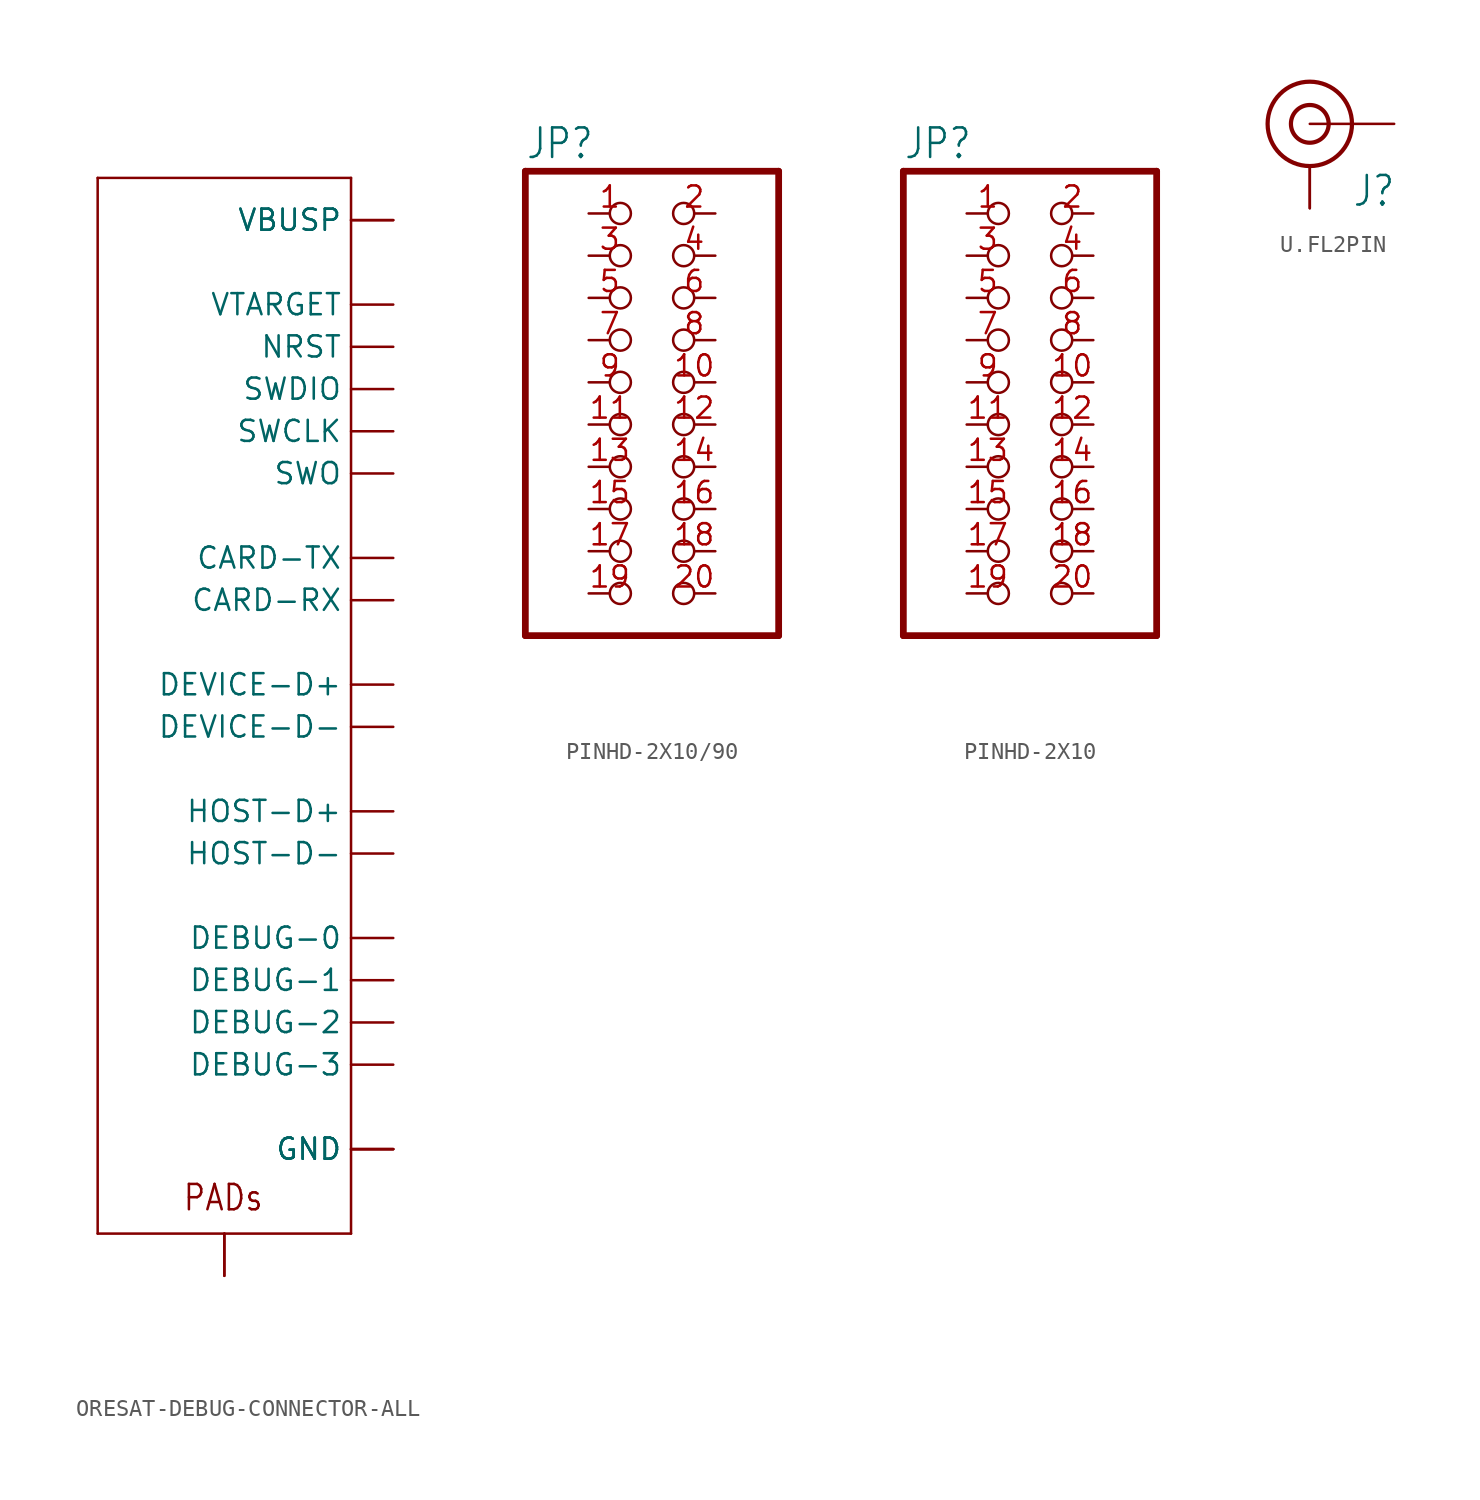
<source format=kicad_sym>
(kicad_symbol_lib
  (version 20220914)
  (generator kicad_symbol_editor)
  (symbol "ORESAT-DEBUG-CONNECTOR-ALL"
    (property "Reference" "J"
      (at -2.54 31.75 0)
      (effects (font (size 2.083 1.77)) (justify left bottom) hide))
    (property "ki_locked" ""
      (at 0 0 0)
      (effects (font (size 1.27 1.27))))
    (symbol "ORESAT-DEBUG-CONNECTOR-ALL_1_0"
      (polyline (pts (xy -6.35 -33.02) (xy 8.89 -33.02)) (stroke (width 0.152) (type solid)) (fill (type none)))
      (polyline (pts (xy -6.35 30.48) (xy -6.35 -33.02)) (stroke (width 0.152) (type solid)) (fill (type none)))
      (polyline (pts (xy 8.89 -33.02) (xy 8.89 30.48)) (stroke (width 0.152) (type solid)) (fill (type none)))
      (polyline (pts (xy 8.89 30.48) (xy -6.35 30.48)) (stroke (width 0.152) (type solid)) (fill (type none)))
      (text "PADs" (at -1.27 -31.75 0) (effects (font (size 1.524 1.295)) (justify left bottom)))
      (pin passive line (at 11.43 27.94 180) (length 2.54) (name "VBUSP" (effects (font (size 1.27 1.27)))) (number "1" (effects (font (size 0 0)))))
      (pin passive line (at 11.43 20.32 180) (length 2.54) (name "NRST" (effects (font (size 1.27 1.27)))) (number "10" (effects (font (size 0 0)))))
      (pin passive line (at 11.43 22.86 180) (length 2.54) (name "VTARGET" (effects (font (size 1.27 1.27)))) (number "11" (effects (font (size 0 0)))))
      (pin passive line (at 11.43 5.08 180) (length 2.54) (name "CARD-RX" (effects (font (size 1.27 1.27)))) (number "12" (effects (font (size 0 0)))))
      (pin passive line (at 11.43 7.62 180) (length 2.54) (name "CARD-TX" (effects (font (size 1.27 1.27)))) (number "13" (effects (font (size 0 0)))))
      (pin passive line (at 11.43 17.78 180) (length 2.54) (name "SWDIO" (effects (font (size 1.27 1.27)))) (number "14" (effects (font (size 0 0)))))
      (pin passive line (at 11.43 15.24 180) (length 2.54) (name "SWCLK" (effects (font (size 1.27 1.27)))) (number "15" (effects (font (size 0 0)))))
      (pin passive line (at 11.43 12.7 180) (length 2.54) (name "SWO" (effects (font (size 1.27 1.27)))) (number "16" (effects (font (size 0 0)))))
      (pin passive line (at 11.43 -15.24 180) (length 2.54) (name "DEBUG-0" (effects (font (size 1.27 1.27)))) (number "17" (effects (font (size 0 0)))))
      (pin passive line (at 11.43 -17.78 180) (length 2.54) (name "DEBUG-1" (effects (font (size 1.27 1.27)))) (number "18" (effects (font (size 0 0)))))
      (pin passive line (at 11.43 -20.32 180) (length 2.54) (name "DEBUG-2" (effects (font (size 1.27 1.27)))) (number "19" (effects (font (size 0 0)))))
      (pin passive line (at 11.43 27.94 180) (length 2.54) (name "VBUSP" (effects (font (size 1.27 1.27)))) (number "2" (effects (font (size 0 0)))))
      (pin passive line (at 11.43 -22.86 180) (length 2.54) (name "DEBUG-3" (effects (font (size 1.27 1.27)))) (number "20" (effects (font (size 0 0)))))
      (pin passive line (at 11.43 -27.94 180) (length 2.54) (name "GND" (effects (font (size 1.27 1.27)))) (number "3" (effects (font (size 0 0)))))
      (pin passive line (at 11.43 0 180) (length 2.54) (name "DEVICE-D+" (effects (font (size 1.27 1.27)))) (number "4" (effects (font (size 0 0)))))
      (pin passive line (at 11.43 -2.54 180) (length 2.54) (name "DEVICE-D-" (effects (font (size 1.27 1.27)))) (number "5" (effects (font (size 0 0)))))
      (pin passive line (at 11.43 -27.94 180) (length 2.54) (name "GND" (effects (font (size 1.27 1.27)))) (number "6" (effects (font (size 0 0)))))
      (pin passive line (at 11.43 -7.62 180) (length 2.54) (name "HOST-D+" (effects (font (size 1.27 1.27)))) (number "7" (effects (font (size 0 0)))))
      (pin passive line (at 11.43 -10.16 180) (length 2.54) (name "HOST-D-" (effects (font (size 1.27 1.27)))) (number "8" (effects (font (size 0 0)))))
      (pin passive line (at 11.43 -27.94 180) (length 2.54) (name "GND" (effects (font (size 1.27 1.27)))) (number "9" (effects (font (size 0 0)))))
      (pin bidirectional line (at 1.27 -35.56 90) (length 2.54) (name "PAD" (effects (font (size 0 0)))) (number "PAD1" (effects (font (size 0 0)))))
      (pin bidirectional line (at 1.27 -35.56 90) (length 2.54) (name "PAD" (effects (font (size 0 0)))) (number "PAD2" (effects (font (size 0 0)))))))
  (symbol "PINHD-2X10/90"
    (property "Reference" "JP"
      (at -6.35 13.335 0)
      (effects (font (size 1.778 1.511)) (justify left bottom)))
    (property "Value" ""
      (at -6.35 -17.78 0)
      (effects (font (size 1.778 1.511)) (justify left bottom)))
    (property "ki_locked" ""
      (at 0 0 0)
      (effects (font (size 1.27 1.27))))
    (symbol "PINHD-2X10/90_1_0"
      (polyline (pts (xy -6.35 -15.24) (xy 8.89 -15.24)) (stroke (width 0.406) (type solid)) (fill (type none)))
      (polyline (pts (xy -6.35 12.7) (xy -6.35 -15.24)) (stroke (width 0.406) (type solid)) (fill (type none)))
      (polyline (pts (xy 8.89 -15.24) (xy 8.89 12.7)) (stroke (width 0.406) (type solid)) (fill (type none)))
      (polyline (pts (xy 8.89 12.7) (xy -6.35 12.7)) (stroke (width 0.406) (type solid)) (fill (type none)))
      (pin passive inverted (at -2.54 10.16 0) (length 2.54) (name "1" (effects (font (size 0 0)))) (number "1" (effects (font (size 1.27 1.27)))))
      (pin passive inverted (at 5.08 0 180) (length 2.54) (name "10" (effects (font (size 0 0)))) (number "10" (effects (font (size 1.27 1.27)))))
      (pin passive inverted (at -2.54 -2.54 0) (length 2.54) (name "11" (effects (font (size 0 0)))) (number "11" (effects (font (size 1.27 1.27)))))
      (pin passive inverted (at 5.08 -2.54 180) (length 2.54) (name "12" (effects (font (size 0 0)))) (number "12" (effects (font (size 1.27 1.27)))))
      (pin passive inverted (at -2.54 -5.08 0) (length 2.54) (name "13" (effects (font (size 0 0)))) (number "13" (effects (font (size 1.27 1.27)))))
      (pin passive inverted (at 5.08 -5.08 180) (length 2.54) (name "14" (effects (font (size 0 0)))) (number "14" (effects (font (size 1.27 1.27)))))
      (pin passive inverted (at -2.54 -7.62 0) (length 2.54) (name "15" (effects (font (size 0 0)))) (number "15" (effects (font (size 1.27 1.27)))))
      (pin passive inverted (at 5.08 -7.62 180) (length 2.54) (name "16" (effects (font (size 0 0)))) (number "16" (effects (font (size 1.27 1.27)))))
      (pin passive inverted (at -2.54 -10.16 0) (length 2.54) (name "17" (effects (font (size 0 0)))) (number "17" (effects (font (size 1.27 1.27)))))
      (pin passive inverted (at 5.08 -10.16 180) (length 2.54) (name "18" (effects (font (size 0 0)))) (number "18" (effects (font (size 1.27 1.27)))))
      (pin passive inverted (at -2.54 -12.7 0) (length 2.54) (name "19" (effects (font (size 0 0)))) (number "19" (effects (font (size 1.27 1.27)))))
      (pin passive inverted (at 5.08 10.16 180) (length 2.54) (name "2" (effects (font (size 0 0)))) (number "2" (effects (font (size 1.27 1.27)))))
      (pin passive inverted (at 5.08 -12.7 180) (length 2.54) (name "20" (effects (font (size 0 0)))) (number "20" (effects (font (size 1.27 1.27)))))
      (pin passive inverted (at -2.54 7.62 0) (length 2.54) (name "3" (effects (font (size 0 0)))) (number "3" (effects (font (size 1.27 1.27)))))
      (pin passive inverted (at 5.08 7.62 180) (length 2.54) (name "4" (effects (font (size 0 0)))) (number "4" (effects (font (size 1.27 1.27)))))
      (pin passive inverted (at -2.54 5.08 0) (length 2.54) (name "5" (effects (font (size 0 0)))) (number "5" (effects (font (size 1.27 1.27)))))
      (pin passive inverted (at 5.08 5.08 180) (length 2.54) (name "6" (effects (font (size 0 0)))) (number "6" (effects (font (size 1.27 1.27)))))
      (pin passive inverted (at -2.54 2.54 0) (length 2.54) (name "7" (effects (font (size 0 0)))) (number "7" (effects (font (size 1.27 1.27)))))
      (pin passive inverted (at 5.08 2.54 180) (length 2.54) (name "8" (effects (font (size 0 0)))) (number "8" (effects (font (size 1.27 1.27)))))
      (pin passive inverted (at -2.54 0 0) (length 2.54) (name "9" (effects (font (size 0 0)))) (number "9" (effects (font (size 1.27 1.27)))))))
  (symbol "PINHD-2X10"
    (property "Reference" "JP"
      (at -6.35 13.335 0)
      (effects (font (size 1.778 1.511)) (justify left bottom)))
    (property "Value" ""
      (at -6.35 -17.78 0)
      (effects (font (size 1.778 1.511)) (justify left bottom)))
    (property "ki_locked" ""
      (at 0 0 0)
      (effects (font (size 1.27 1.27))))
    (symbol "PINHD-2X10_1_0"
      (polyline (pts (xy -6.35 -15.24) (xy 8.89 -15.24)) (stroke (width 0.406) (type solid)) (fill (type none)))
      (polyline (pts (xy -6.35 12.7) (xy -6.35 -15.24)) (stroke (width 0.406) (type solid)) (fill (type none)))
      (polyline (pts (xy 8.89 -15.24) (xy 8.89 12.7)) (stroke (width 0.406) (type solid)) (fill (type none)))
      (polyline (pts (xy 8.89 12.7) (xy -6.35 12.7)) (stroke (width 0.406) (type solid)) (fill (type none)))
      (pin passive inverted (at -2.54 10.16 0) (length 2.54) (name "1" (effects (font (size 0 0)))) (number "1" (effects (font (size 1.27 1.27)))))
      (pin passive inverted (at 5.08 0 180) (length 2.54) (name "10" (effects (font (size 0 0)))) (number "10" (effects (font (size 1.27 1.27)))))
      (pin passive inverted (at -2.54 -2.54 0) (length 2.54) (name "11" (effects (font (size 0 0)))) (number "11" (effects (font (size 1.27 1.27)))))
      (pin passive inverted (at 5.08 -2.54 180) (length 2.54) (name "12" (effects (font (size 0 0)))) (number "12" (effects (font (size 1.27 1.27)))))
      (pin passive inverted (at -2.54 -5.08 0) (length 2.54) (name "13" (effects (font (size 0 0)))) (number "13" (effects (font (size 1.27 1.27)))))
      (pin passive inverted (at 5.08 -5.08 180) (length 2.54) (name "14" (effects (font (size 0 0)))) (number "14" (effects (font (size 1.27 1.27)))))
      (pin passive inverted (at -2.54 -7.62 0) (length 2.54) (name "15" (effects (font (size 0 0)))) (number "15" (effects (font (size 1.27 1.27)))))
      (pin passive inverted (at 5.08 -7.62 180) (length 2.54) (name "16" (effects (font (size 0 0)))) (number "16" (effects (font (size 1.27 1.27)))))
      (pin passive inverted (at -2.54 -10.16 0) (length 2.54) (name "17" (effects (font (size 0 0)))) (number "17" (effects (font (size 1.27 1.27)))))
      (pin passive inverted (at 5.08 -10.16 180) (length 2.54) (name "18" (effects (font (size 0 0)))) (number "18" (effects (font (size 1.27 1.27)))))
      (pin passive inverted (at -2.54 -12.7 0) (length 2.54) (name "19" (effects (font (size 0 0)))) (number "19" (effects (font (size 1.27 1.27)))))
      (pin passive inverted (at 5.08 10.16 180) (length 2.54) (name "2" (effects (font (size 0 0)))) (number "2" (effects (font (size 1.27 1.27)))))
      (pin passive inverted (at 5.08 -12.7 180) (length 2.54) (name "20" (effects (font (size 0 0)))) (number "20" (effects (font (size 1.27 1.27)))))
      (pin passive inverted (at -2.54 7.62 0) (length 2.54) (name "3" (effects (font (size 0 0)))) (number "3" (effects (font (size 1.27 1.27)))))
      (pin passive inverted (at 5.08 7.62 180) (length 2.54) (name "4" (effects (font (size 0 0)))) (number "4" (effects (font (size 1.27 1.27)))))
      (pin passive inverted (at -2.54 5.08 0) (length 2.54) (name "5" (effects (font (size 0 0)))) (number "5" (effects (font (size 1.27 1.27)))))
      (pin passive inverted (at 5.08 5.08 180) (length 2.54) (name "6" (effects (font (size 0 0)))) (number "6" (effects (font (size 1.27 1.27)))))
      (pin passive inverted (at -2.54 2.54 0) (length 2.54) (name "7" (effects (font (size 0 0)))) (number "7" (effects (font (size 1.27 1.27)))))
      (pin passive inverted (at 5.08 2.54 180) (length 2.54) (name "8" (effects (font (size 0 0)))) (number "8" (effects (font (size 1.27 1.27)))))
      (pin passive inverted (at -2.54 0 0) (length 2.54) (name "9" (effects (font (size 0 0)))) (number "9" (effects (font (size 1.27 1.27)))))))
  (symbol "U.FL2PIN"
    (property "Reference" "J"
      (at 2.54 -5.08 0)
      (effects (font (size 1.778 1.511)) (justify left bottom)))
    (property "ki_locked" ""
      (at 0 0 0)
      (effects (font (size 1.27 1.27))))
    (symbol "U.FL2PIN_1_0"
      (circle (center 0 0) (radius 1.136) (stroke (width 0.254) (type solid)) (fill (type none)))
      (circle (center 0 0) (radius 2.54) (stroke (width 0.254) (type solid)) (fill (type none)))
      (pin bidirectional line (at 0 -5.08 90) (length 2.54) (name "GND" (effects (font (size 0 0)))) (number "1" (effects (font (size 0 0)))))
      (pin bidirectional line (at 0 -5.08 90) (length 2.54) (name "GND" (effects (font (size 0 0)))) (number "2" (effects (font (size 0 0)))))
      (pin bidirectional line (at 5.08 0 180) (length 5.08) (name "SIGNAL" (effects (font (size 0 0)))) (number "FEED" (effects (font (size 0 0))))))))
</source>
